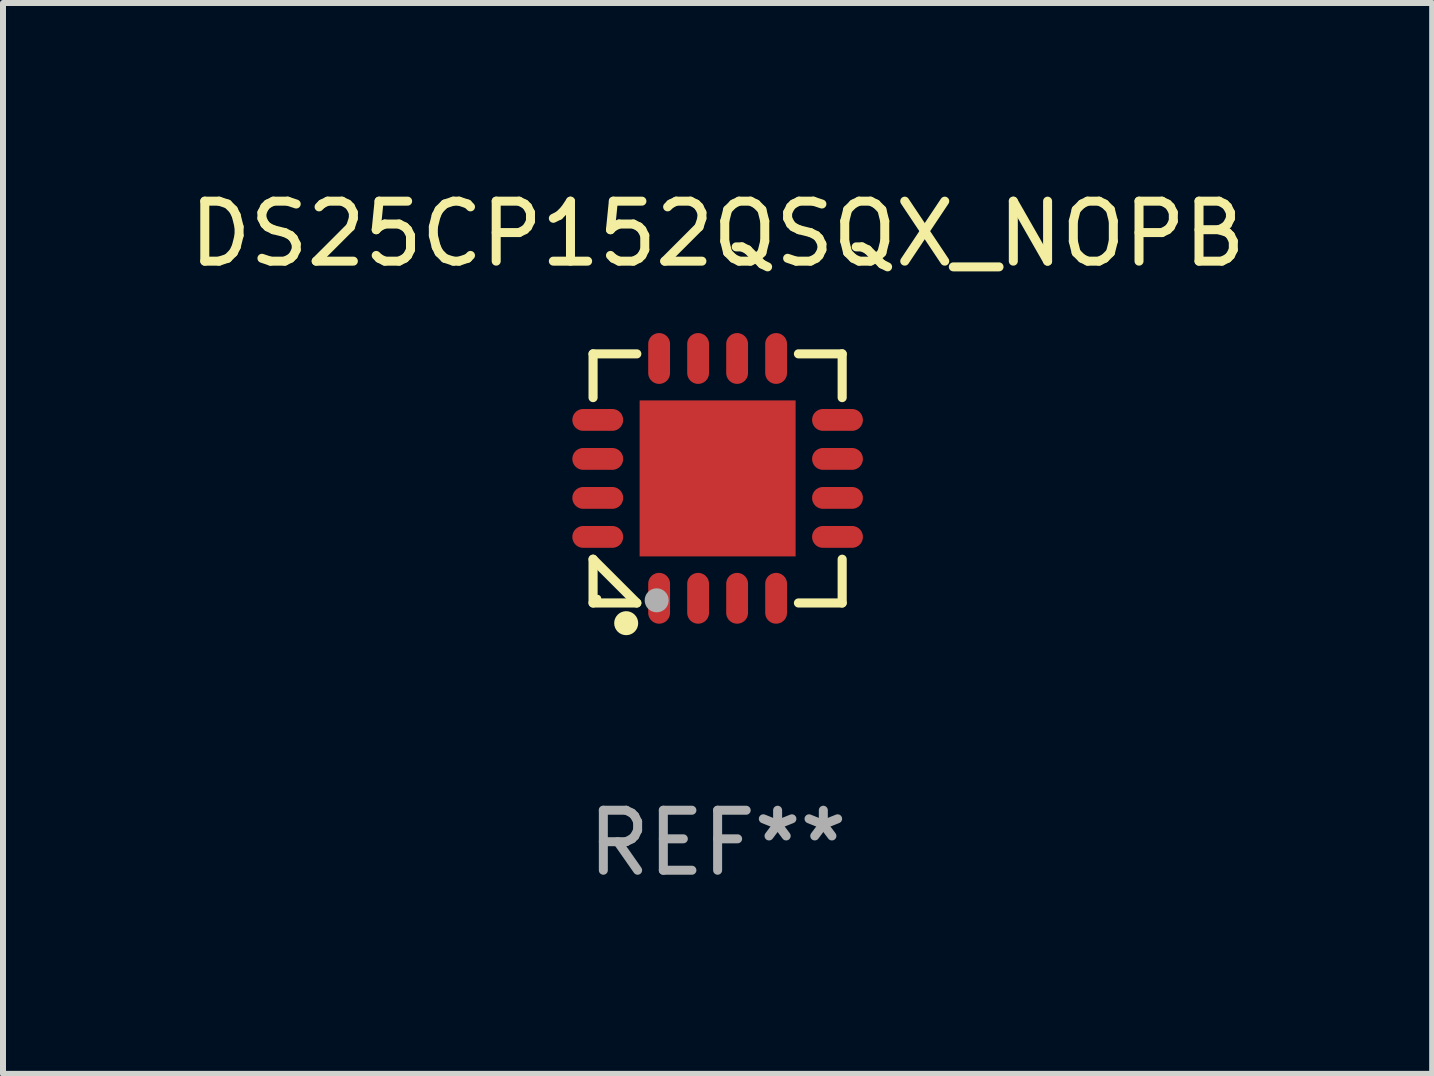
<source format=kicad_pcb>
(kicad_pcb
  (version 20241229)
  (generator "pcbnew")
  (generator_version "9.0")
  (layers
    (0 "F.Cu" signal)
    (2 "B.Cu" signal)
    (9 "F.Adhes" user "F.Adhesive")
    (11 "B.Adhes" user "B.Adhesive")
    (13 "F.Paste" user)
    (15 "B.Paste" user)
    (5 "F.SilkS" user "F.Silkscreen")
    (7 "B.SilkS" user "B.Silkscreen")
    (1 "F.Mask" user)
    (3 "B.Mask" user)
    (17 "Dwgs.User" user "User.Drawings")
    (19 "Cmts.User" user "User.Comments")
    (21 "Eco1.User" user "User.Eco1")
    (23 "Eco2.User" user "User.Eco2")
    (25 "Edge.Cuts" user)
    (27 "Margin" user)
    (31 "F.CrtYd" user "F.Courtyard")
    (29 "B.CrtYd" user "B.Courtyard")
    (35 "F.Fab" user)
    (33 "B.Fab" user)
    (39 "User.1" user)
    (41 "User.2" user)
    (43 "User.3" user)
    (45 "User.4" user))
  (footprint "DS25CP152QSQX_NOPB"
    (layer "F.Cu")
    (at 8.911 4.924)
    (property "Reference" "DS25CP152QSQX_NOPB" (at 0 -4.076 0) (layer "F.SilkS") (effects (font (size 1 1) (thickness 0.15))))
    (attr through_hole)
    (fp_line (start -2.076 -2.076) (end -1.347 -2.076) (stroke (width 0.152) (type solid)) (layer "F.SilkS"))
    (fp_line (start -2.076 -1.347) (end -2.076 -2.076) (stroke (width 0.152) (type solid)) (layer "F.SilkS"))
    (fp_line (start -2.076 1.347) (end -2.076 2.076) (stroke (width 0.152) (type solid)) (layer "F.SilkS"))
    (fp_line (start -2.076 2.076) (end -1.347 2.076) (stroke (width 0.152) (type solid)) (layer "F.SilkS"))
    (fp_line (start -1.347 2.076) (end -2.076 1.347) (stroke (width 0.152) (type solid)) (layer "F.SilkS"))
    (fp_line (start 2.076 -2.076) (end 1.347 -2.076) (stroke (width 0.152) (type solid)) (layer "F.SilkS"))
    (fp_line (start 2.076 -1.347) (end 2.076 -2.076) (stroke (width 0.152) (type solid)) (layer "F.SilkS"))
    (fp_line (start 2.076 1.347) (end 2.076 2.076) (stroke (width 0.152) (type solid)) (layer "F.SilkS"))
    (fp_line (start 2.076 2.076) (end 1.347 2.076) (stroke (width 0.152) (type solid)) (layer "F.SilkS"))
    (fp_circle (center -2 2) (end -1.97 2) (stroke (width 0.06) (type solid)) (fill no) (layer "F.SilkS"))
    (fp_circle (center -1.524 2.413) (end -1.424 2.413) (stroke (width 0.2) (type solid)) (fill no) (layer "F.SilkS"))
    (fp_circle (center -1.016 2.032) (end -0.916 2.032) (stroke (width 0.2) (type solid)) (fill no) (layer "F.Fab"))
    (fp_text user "REF**" (at 0 6.076 0) (layer "F.Fab") (effects (font (size 1 1) (thickness 0.15))))
    (pad "1" smd oval (at -0.975 1.998) (size 0.364 0.847) (layers "F.Cu" "F.Mask" "F.Paste"))
    (pad "2" smd oval (at -0.325 1.998) (size 0.364 0.847) (layers "F.Cu" "F.Mask" "F.Paste"))
    (pad "3" smd oval (at 0.325 1.998) (size 0.364 0.847) (layers "F.Cu" "F.Mask" "F.Paste"))
    (pad "4" smd oval (at 0.975 1.998) (size 0.364 0.847) (layers "F.Cu" "F.Mask" "F.Paste"))
    (pad "5" smd oval (at 1.998 0.975) (size 0.847 0.364) (layers "F.Cu" "F.Mask" "F.Paste"))
    (pad "6" smd oval (at 1.998 0.325) (size 0.847 0.364) (layers "F.Cu" "F.Mask" "F.Paste"))
    (pad "7" smd oval (at 1.998 -0.325) (size 0.847 0.364) (layers "F.Cu" "F.Mask" "F.Paste"))
    (pad "8" smd oval (at 1.998 -0.975) (size 0.847 0.364) (layers "F.Cu" "F.Mask" "F.Paste"))
    (pad "9" smd oval (at 0.975 -1.999) (size 0.364 0.847) (layers "F.Cu" "F.Mask" "F.Paste"))
    (pad "10" smd oval (at 0.325 -1.999) (size 0.364 0.847) (layers "F.Cu" "F.Mask" "F.Paste"))
    (pad "11" smd oval (at -0.325 -1.999) (size 0.364 0.847) (layers "F.Cu" "F.Mask" "F.Paste"))
    (pad "12" smd oval (at -0.975 -1.999) (size 0.364 0.847) (layers "F.Cu" "F.Mask" "F.Paste"))
    (pad "13" smd oval (at -1.998 -0.975) (size 0.847 0.364) (layers "F.Cu" "F.Mask" "F.Paste"))
    (pad "14" smd oval (at -1.998 -0.325) (size 0.847 0.364) (layers "F.Cu" "F.Mask" "F.Paste"))
    (pad "15" smd oval (at -1.998 0.325) (size 0.847 0.364) (layers "F.Cu" "F.Mask" "F.Paste"))
    (pad "16" smd oval (at -1.998 0.975) (size 0.847 0.364) (layers "F.Cu" "F.Mask" "F.Paste"))
    (pad "17" smd rect (at 0 -0.000025) (size 2.6 2.6) (layers "F.Cu" "F.Mask" "F.Paste")))
  (gr_rect
    (start -3 -3)
    (end 20.821 14.849)
    (stroke (width 0.1) (type default))
    (fill no)
    (layer "Edge.Cuts")))
</source>
